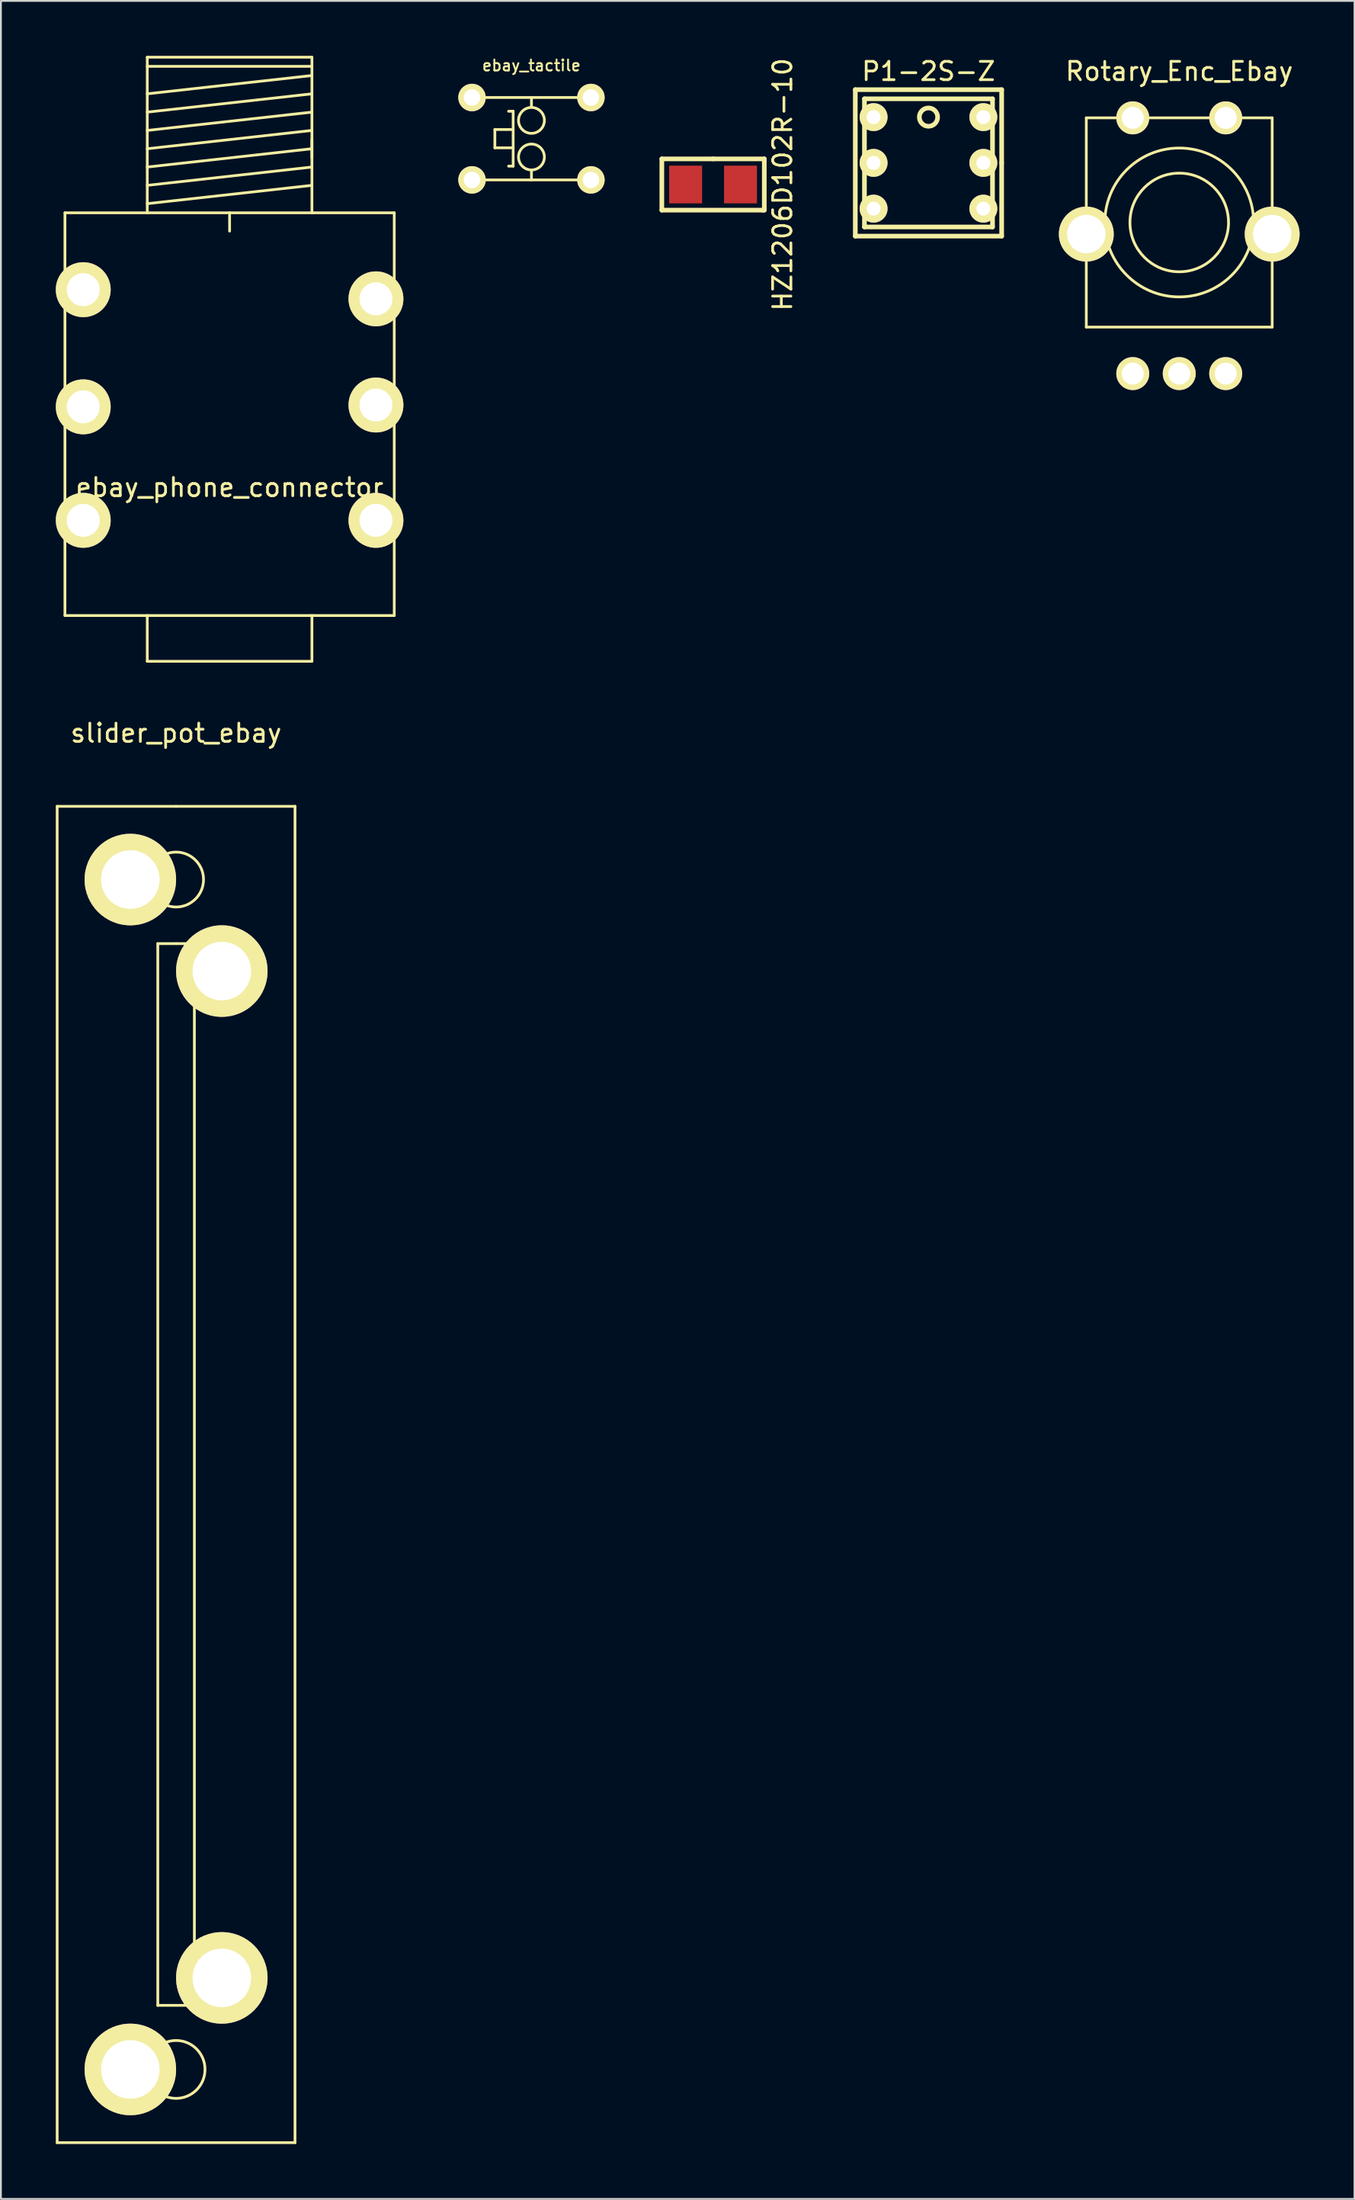
<source format=kicad_pcb>
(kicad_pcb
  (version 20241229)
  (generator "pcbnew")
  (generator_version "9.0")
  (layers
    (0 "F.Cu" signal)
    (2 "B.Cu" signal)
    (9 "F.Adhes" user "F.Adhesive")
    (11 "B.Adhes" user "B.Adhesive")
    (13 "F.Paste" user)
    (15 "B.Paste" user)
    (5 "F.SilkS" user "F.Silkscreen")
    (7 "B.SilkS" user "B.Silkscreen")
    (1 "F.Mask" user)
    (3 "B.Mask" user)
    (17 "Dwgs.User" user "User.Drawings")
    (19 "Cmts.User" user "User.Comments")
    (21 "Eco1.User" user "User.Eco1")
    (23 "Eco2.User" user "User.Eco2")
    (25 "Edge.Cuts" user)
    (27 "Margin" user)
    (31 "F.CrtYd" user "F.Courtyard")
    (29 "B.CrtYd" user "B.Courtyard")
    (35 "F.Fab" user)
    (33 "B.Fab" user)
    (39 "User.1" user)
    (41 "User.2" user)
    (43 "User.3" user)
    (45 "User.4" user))
  (footprint "P1-2S-Z"
    (layer "F.Cu")
    (at 47.702 5.848)
    (property "Reference" "P1-2S-Z" (at 0 -5 0) (layer "F.SilkS") (effects (font (size 1 1) (thickness 0.15))))
    (attr through_hole)
    (fp_line (start -4 -4) (end -4 4) (stroke (width 0.254) (type solid)) (layer "F.SilkS"))
    (fp_line (start -4 4) (end 4 4) (stroke (width 0.254) (type solid)) (layer "F.SilkS"))
    (fp_line (start -3.5 -3.5) (end 3.5 -3.5) (stroke (width 0.254) (type solid)) (layer "F.SilkS"))
    (fp_line (start -3.5 0) (end -3.5 -3.5) (stroke (width 0.254) (type solid)) (layer "F.SilkS"))
    (fp_line (start -3.5 3.5) (end -3.5 0) (stroke (width 0.254) (type solid)) (layer "F.SilkS"))
    (fp_line (start 3.5 -3.5) (end 3.5 3.5) (stroke (width 0.254) (type solid)) (layer "F.SilkS"))
    (fp_line (start 3.5 3.5) (end -3.5 3.5) (stroke (width 0.254) (type solid)) (layer "F.SilkS"))
    (fp_line (start 4 -4) (end -4 -4) (stroke (width 0.254) (type solid)) (layer "F.SilkS"))
    (fp_line (start 4 0) (end 4 -4) (stroke (width 0.254) (type solid)) (layer "F.SilkS"))
    (fp_line (start 4 4) (end 4 0) (stroke (width 0.254) (type solid)) (layer "F.SilkS"))
    (fp_circle (center 0 -2.5) (end 0.5 -2.5) (stroke (width 0.254) (type solid)) (fill no) (layer "F.SilkS"))
    (pad "1" thru_hole circle (at -3 -2.5) (size 1.524 1.524) (drill 0.762) (layers "*.Cu" "*.Mask" "F.SilkS"))
    (pad "2" thru_hole circle (at -3 0) (size 1.524 1.524) (drill 0.762) (layers "*.Cu" "*.Mask" "F.SilkS"))
    (pad "3" thru_hole circle (at -3 2.5) (size 1.524 1.524) (drill 0.762) (layers "*.Cu" "*.Mask" "F.SilkS"))
    (pad "4" thru_hole circle (at 3 2.5) (size 1.524 1.524) (drill 0.762) (layers "*.Cu" "*.Mask" "F.SilkS"))
    (pad "5" thru_hole circle (at 3 0) (size 1.524 1.524) (drill 0.762) (layers "*.Cu" "*.Mask" "F.SilkS"))
    (pad "6" thru_hole circle (at 3 -2.5) (size 1.524 1.524) (drill 0.762) (layers "*.Cu" "*.Mask" "F.SilkS")))
  (footprint "Rotary_Enc_Ebay"
    (layer "F.Cu")
    (at 61.409 9.738)
    (property "Reference" "Rotary_Enc_Ebay" (at 0 -8.89 0) (layer "F.SilkS") (effects (font (size 1 1) (thickness 0.15))))
    (attr through_hole)
    (fp_line (start -5.08 -6.35) (end -5.08 5.08) (stroke (width 0.15) (type solid)) (layer "F.SilkS"))
    (fp_line (start -5.08 5.08) (end 5.08 5.08) (stroke (width 0.15) (type solid)) (layer "F.SilkS"))
    (fp_line (start 5.08 -6.35) (end -5.08 -6.35) (stroke (width 0.15) (type solid)) (layer "F.SilkS"))
    (fp_line (start 5.08 5.08) (end 5.08 -6.35) (stroke (width 0.15) (type solid)) (layer "F.SilkS"))
    (fp_circle (center 0 -0.635) (end 1.905 1.27) (stroke (width 0.15) (type solid)) (fill no) (layer "F.SilkS"))
    (fp_circle (center 0 -0.635) (end 3.175 1.905) (stroke (width 0.15) (type solid)) (fill no) (layer "F.SilkS"))
    (pad "" thru_hole circle (at -5.08 0) (size 3 3) (drill 2.1) (layers "*.Cu" "*.Mask" "F.SilkS"))
    (pad "" thru_hole circle (at 5.08 0) (size 3 3) (drill 2.1) (layers "*.Cu" "*.Mask" "F.SilkS"))
    (pad "1" thru_hole circle (at -2.54 7.62) (size 1.8 1.8) (drill 1.2) (layers "*.Cu" "*.Mask" "F.SilkS"))
    (pad "2" thru_hole circle (at 0 7.62) (size 1.8 1.8) (drill 1.2) (layers "*.Cu" "*.Mask" "F.SilkS"))
    (pad "3" thru_hole circle (at 2.54 7.62) (size 1.8 1.8) (drill 1.2) (layers "*.Cu" "*.Mask" "F.SilkS"))
    (pad "4" thru_hole circle (at 2.54 -6.35) (size 1.8 1.8) (drill 1.2) (layers "*.Cu" "*.Mask" "F.SilkS"))
    (pad "5" thru_hole circle (at -2.54 -6.35) (size 1.8 1.8) (drill 1.2) (layers "*.Cu" "*.Mask" "F.SilkS")))
  (footprint "slider_pot_ebay"
    (layer "F.Cu")
    (at 6.575 38.998)
    (property "Reference" "slider_pot_ebay" (at 0 -2 0) (layer "F.SilkS") (effects (font (size 1 1) (thickness 0.15))))
    (attr through_hole)
    (fp_line (start -6.5 2) (end 0 2) (stroke (width 0.15) (type solid)) (layer "F.SilkS"))
    (fp_line (start -6.5 75) (end -6.5 2) (stroke (width 0.15) (type solid)) (layer "F.SilkS"))
    (fp_line (start -1 9.5) (end -1 67.5) (stroke (width 0.15) (type solid)) (layer "F.SilkS"))
    (fp_line (start -1 67.5) (end 1 67.5) (stroke (width 0.15) (type solid)) (layer "F.SilkS"))
    (fp_line (start 0 2) (end 6.5 2) (stroke (width 0.15) (type solid)) (layer "F.SilkS"))
    (fp_line (start 0 9.5) (end -1 9.5) (stroke (width 0.15) (type solid)) (layer "F.SilkS"))
    (fp_line (start 1 9.5) (end 0 9.5) (stroke (width 0.15) (type solid)) (layer "F.SilkS"))
    (fp_line (start 1 67.5) (end 1 9.5) (stroke (width 0.15) (type solid)) (layer "F.SilkS"))
    (fp_line (start 6.5 2) (end 6.5 75) (stroke (width 0.15) (type solid)) (layer "F.SilkS"))
    (fp_line (start 6.5 75) (end -6.5 75) (stroke (width 0.15) (type solid)) (layer "F.SilkS"))
    (fp_circle (center 0 6) (end 1.5 6) (stroke (width 0.15) (type solid)) (fill no) (layer "F.SilkS"))
    (fp_circle (center 0 71) (end 1.5 71.5) (stroke (width 0.15) (type solid)) (fill no) (layer "F.SilkS"))
    (pad "1" thru_hole circle (at 2.5 11) (size 5 5) (drill 3.2) (layers "*.Cu" "*.Mask" "F.SilkS"))
    (pad "2" thru_hole circle (at -2.5 6) (size 5 5) (drill 3.2) (layers "*.Cu" "*.Mask" "F.SilkS"))
    (pad "2" thru_hole circle (at -2.5 71) (size 5 5) (drill 3.2) (layers "*.Cu" "*.Mask" "F.SilkS"))
    (pad "3" thru_hole circle (at 2.5 66) (size 5 5) (drill 3.2) (layers "*.Cu" "*.Mask" "F.SilkS")))
  (footprint "HZ1206D102R-10"
    (layer "F.Cu")
    (at 35.927 7.03)
    (property "Reference" "HZ1206D102R-10" (at 3.8 0 90) (layer "F.SilkS") (effects (font (size 1 1) (thickness 0.15))))
    (attr through_hole)
    (fp_line (start -2.8 -1.4) (end -2.8 1.4) (stroke (width 0.254) (type solid)) (layer "F.SilkS"))
    (fp_line (start -2.8 1.4) (end 2.7 1.4) (stroke (width 0.254) (type solid)) (layer "F.SilkS"))
    (fp_line (start 0 -1.4) (end -2.8 -1.4) (stroke (width 0.254) (type solid)) (layer "F.SilkS"))
    (fp_line (start 2.7 1.4) (end 2.8 1.4) (stroke (width 0.254) (type solid)) (layer "F.SilkS"))
    (fp_line (start 2.8 -1.4) (end 0 -1.4) (stroke (width 0.254) (type solid)) (layer "F.SilkS"))
    (fp_line (start 2.8 1.4) (end 2.8 -1.4) (stroke (width 0.254) (type solid)) (layer "F.SilkS"))
    (pad "2" smd rect (at 1.5 0) (size 1.8 2.06) (layers "F.Cu" "F.Mask" "F.Paste"))
    (pad "3" smd rect (at -1.5 0) (size 1.8 2.06) (layers "F.Cu" "F.Mask" "F.Paste")))
  (footprint "ebay_phone_connector"
    (layer "F.Cu")
    (at 9.5 8.575)
    (property "Reference" "ebay_phone_connector" (at 0 15 0) (layer "F.SilkS") (effects (font (size 1 1) (thickness 0.15))))
    (attr through_hole)
    (fp_line (start -9 22) (end -9 0) (stroke (width 0.15) (type solid)) (layer "F.SilkS"))
    (fp_line (start -4.5 -8.5) (end 4.5 -8.5) (stroke (width 0.15) (type solid)) (layer "F.SilkS"))
    (fp_line (start -4.5 -8) (end 4.5 -8) (stroke (width 0.15) (type solid)) (layer "F.SilkS"))
    (fp_line (start -4.5 -6.5) (end 4.5 -7.5) (stroke (width 0.15) (type solid)) (layer "F.SilkS"))
    (fp_line (start -4.5 -5.5) (end 4.5 -6.5) (stroke (width 0.15) (type solid)) (layer "F.SilkS"))
    (fp_line (start -4.5 -4.5) (end 4.5 -5.5) (stroke (width 0.15) (type solid)) (layer "F.SilkS"))
    (fp_line (start -4.5 -3.5) (end 4.5 -4.5) (stroke (width 0.15) (type solid)) (layer "F.SilkS"))
    (fp_line (start -4.5 -2.5) (end 4.5 -3.5) (stroke (width 0.15) (type solid)) (layer "F.SilkS"))
    (fp_line (start -4.5 -1.5) (end 4.5 -2.5) (stroke (width 0.15) (type solid)) (layer "F.SilkS"))
    (fp_line (start -4.5 -0.5) (end 4.5 -1.5) (stroke (width 0.15) (type solid)) (layer "F.SilkS"))
    (fp_line (start -4.5 0) (end -4.5 -8.5) (stroke (width 0.15) (type solid)) (layer "F.SilkS"))
    (fp_line (start -4.5 22) (end -4.5 24.5) (stroke (width 0.15) (type solid)) (layer "F.SilkS"))
    (fp_line (start -4.5 24.5) (end 4.5 24.5) (stroke (width 0.15) (type solid)) (layer "F.SilkS"))
    (fp_line (start 0 0) (end -9 0) (stroke (width 0.15) (type solid)) (layer "F.SilkS"))
    (fp_line (start 0 0) (end 0 1) (stroke (width 0.15) (type solid)) (layer "F.SilkS"))
    (fp_line (start 0 0) (end 9 0) (stroke (width 0.15) (type solid)) (layer "F.SilkS"))
    (fp_line (start 4.5 -8.5) (end 4.5 0) (stroke (width 0.15) (type solid)) (layer "F.SilkS"))
    (fp_line (start 4.5 -4) (end 4.5 -3) (stroke (width 0.15) (type solid)) (layer "F.SilkS"))
    (fp_line (start 4.5 24.5) (end 4.5 22) (stroke (width 0.15) (type solid)) (layer "F.SilkS"))
    (fp_line (start 9 0) (end 9 22) (stroke (width 0.15) (type solid)) (layer "F.SilkS"))
    (fp_line (start 9 22) (end -9 22) (stroke (width 0.15) (type solid)) (layer "F.SilkS"))
    (pad "1" thru_hole circle (at -8 4.2) (size 3 3) (drill 1.8) (layers "*.Cu" "*.Mask" "F.SilkS"))
    (pad "2" thru_hole circle (at -8 10.6) (size 3 3) (drill 1.8) (layers "*.Cu" "*.Mask" "F.SilkS"))
    (pad "3" thru_hole circle (at -8 16.8) (size 3 3) (drill 1.8) (layers "*.Cu" "*.Mask" "F.SilkS"))
    (pad "4" thru_hole circle (at 8 16.8) (size 3 3) (drill 1.8) (layers "*.Cu" "*.Mask" "F.SilkS"))
    (pad "5" thru_hole circle (at 8 10.5) (size 3 3) (drill 1.8) (layers "*.Cu" "*.Mask" "F.SilkS"))
    (pad "6" thru_hole circle (at 8 4.7) (size 3 3) (drill 1.8) (layers "*.Cu" "*.Mask" "F.SilkS")))
  (footprint "ebay_tactile"
    (layer "F.Cu")
    (at 26 4.527)
    (property "Reference" "ebay_tactile" (at 0 -4 0) (layer "F.SilkS") (effects (font (size 0.6 0.6) (thickness 0.1))))
    (attr through_hole)
    (fp_line (start -2.5 -2.25) (end 2.5 -2.25) (stroke (width 0.15) (type solid)) (layer "F.SilkS"))
    (fp_line (start -2.5 2.25) (end 2.5 2.25) (stroke (width 0.15) (type solid)) (layer "F.SilkS"))
    (fp_line (start -2 -0.5) (end -2 0.5) (stroke (width 0.15) (type solid)) (layer "F.SilkS"))
    (fp_line (start -2 0.5) (end -1 0.5) (stroke (width 0.15) (type solid)) (layer "F.SilkS"))
    (fp_line (start -1 -1.5) (end -1.25 -1.5) (stroke (width 0.15) (type solid)) (layer "F.SilkS"))
    (fp_line (start -1 -1.5) (end -1 1.5) (stroke (width 0.15) (type solid)) (layer "F.SilkS"))
    (fp_line (start -1 -0.5) (end -2 -0.5) (stroke (width 0.15) (type solid)) (layer "F.SilkS"))
    (fp_line (start -1 1.5) (end -1.25 1.5) (stroke (width 0.15) (type solid)) (layer "F.SilkS"))
    (fp_line (start 0 -2.25) (end 0 -1.75) (stroke (width 0.15) (type solid)) (layer "F.SilkS"))
    (fp_line (start 0 2.25) (end 0 1.75) (stroke (width 0.15) (type solid)) (layer "F.SilkS"))
    (fp_circle (center 0 -1) (end 0.5 -0.5) (stroke (width 0.15) (type solid)) (fill no) (layer "F.SilkS"))
    (fp_circle (center 0 1) (end 0.5 0.5) (stroke (width 0.15) (type solid)) (fill no) (layer "F.SilkS"))
    (pad "1" thru_hole circle (at -3.25 -2.25) (size 1.5 1.5) (drill 0.9) (layers "*.Cu" "*.Mask" "F.SilkS"))
    (pad "2" thru_hole circle (at 3.25 -2.25) (size 1.5 1.5) (drill 0.9) (layers "*.Cu" "*.Mask" "F.SilkS"))
    (pad "3" thru_hole circle (at -3.25 2.25) (size 1.5 1.5) (drill 0.9) (layers "*.Cu" "*.Mask" "F.SilkS"))
    (pad "4" thru_hole circle (at 3.25 2.25) (size 1.5 1.5) (drill 0.9) (layers "*.Cu" "*.Mask" "F.SilkS")))
  (gr_rect
    (start -3 -3)
    (end 70.989 117.073)
    (stroke (width 0.1) (type default))
    (fill no)
    (layer "Edge.Cuts")))
</source>
